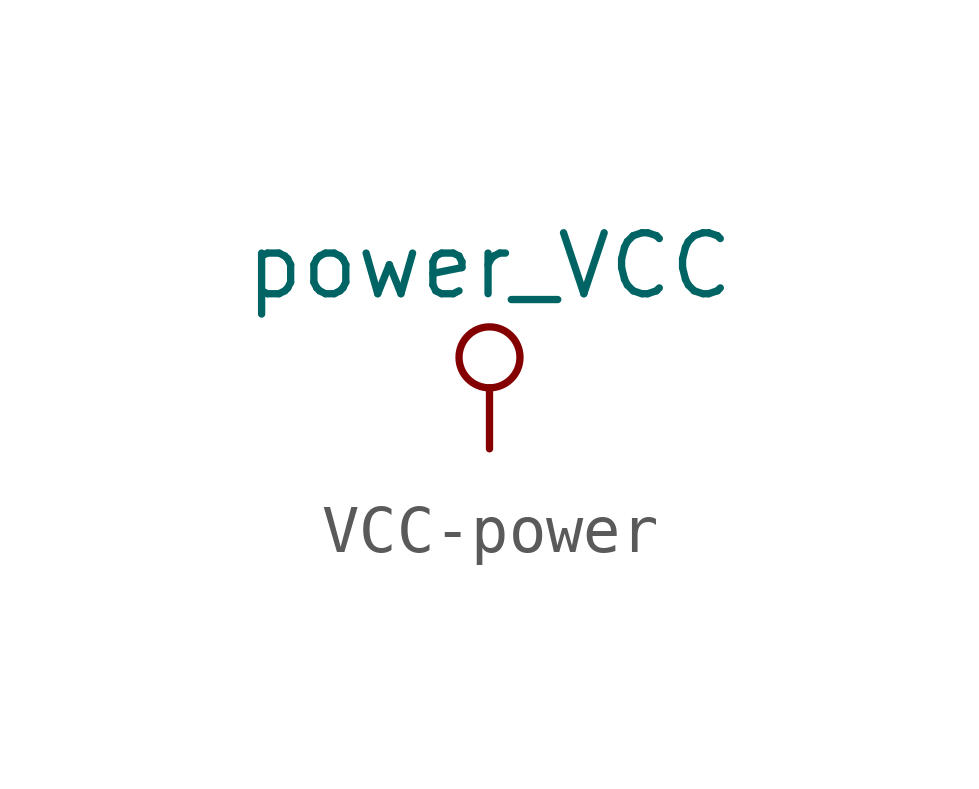
<source format=kicad_sym>
(kicad_symbol_lib
  (version 20231120)
  (generator "kicad_symbol_editor")
  (generator_version "8.0")
  (symbol "VCC-power"
    (power)
    (pin_names
      (offset 0))
    (property "Reference" "#PWR"
      (at 0 -3.81 0)
      (effects (font (size 1.27 1.27)) (hide yes)))
    (property "Value" "power_VCC"
      (at 0 3.81 0)
      (effects (font (size 1.27 1.27))))
    (symbol "VCC-power_0_1"
      (polyline (pts (xy 0 0) (xy 0 1.27)) (stroke (width 0) (type solid)) (fill (type none)))
      (circle (center 0 1.905) (radius 0.635) (stroke (width 0) (type solid)) (fill (type none))))
    (symbol "VCC-power_1_1"
      (pin power_in line (at 0 0 90) (length 0) hide (name "VCC" (effects (font (size 1.27 1.27)))) (number "1" (effects (font (size 1.27 1.27))))))))
</source>
